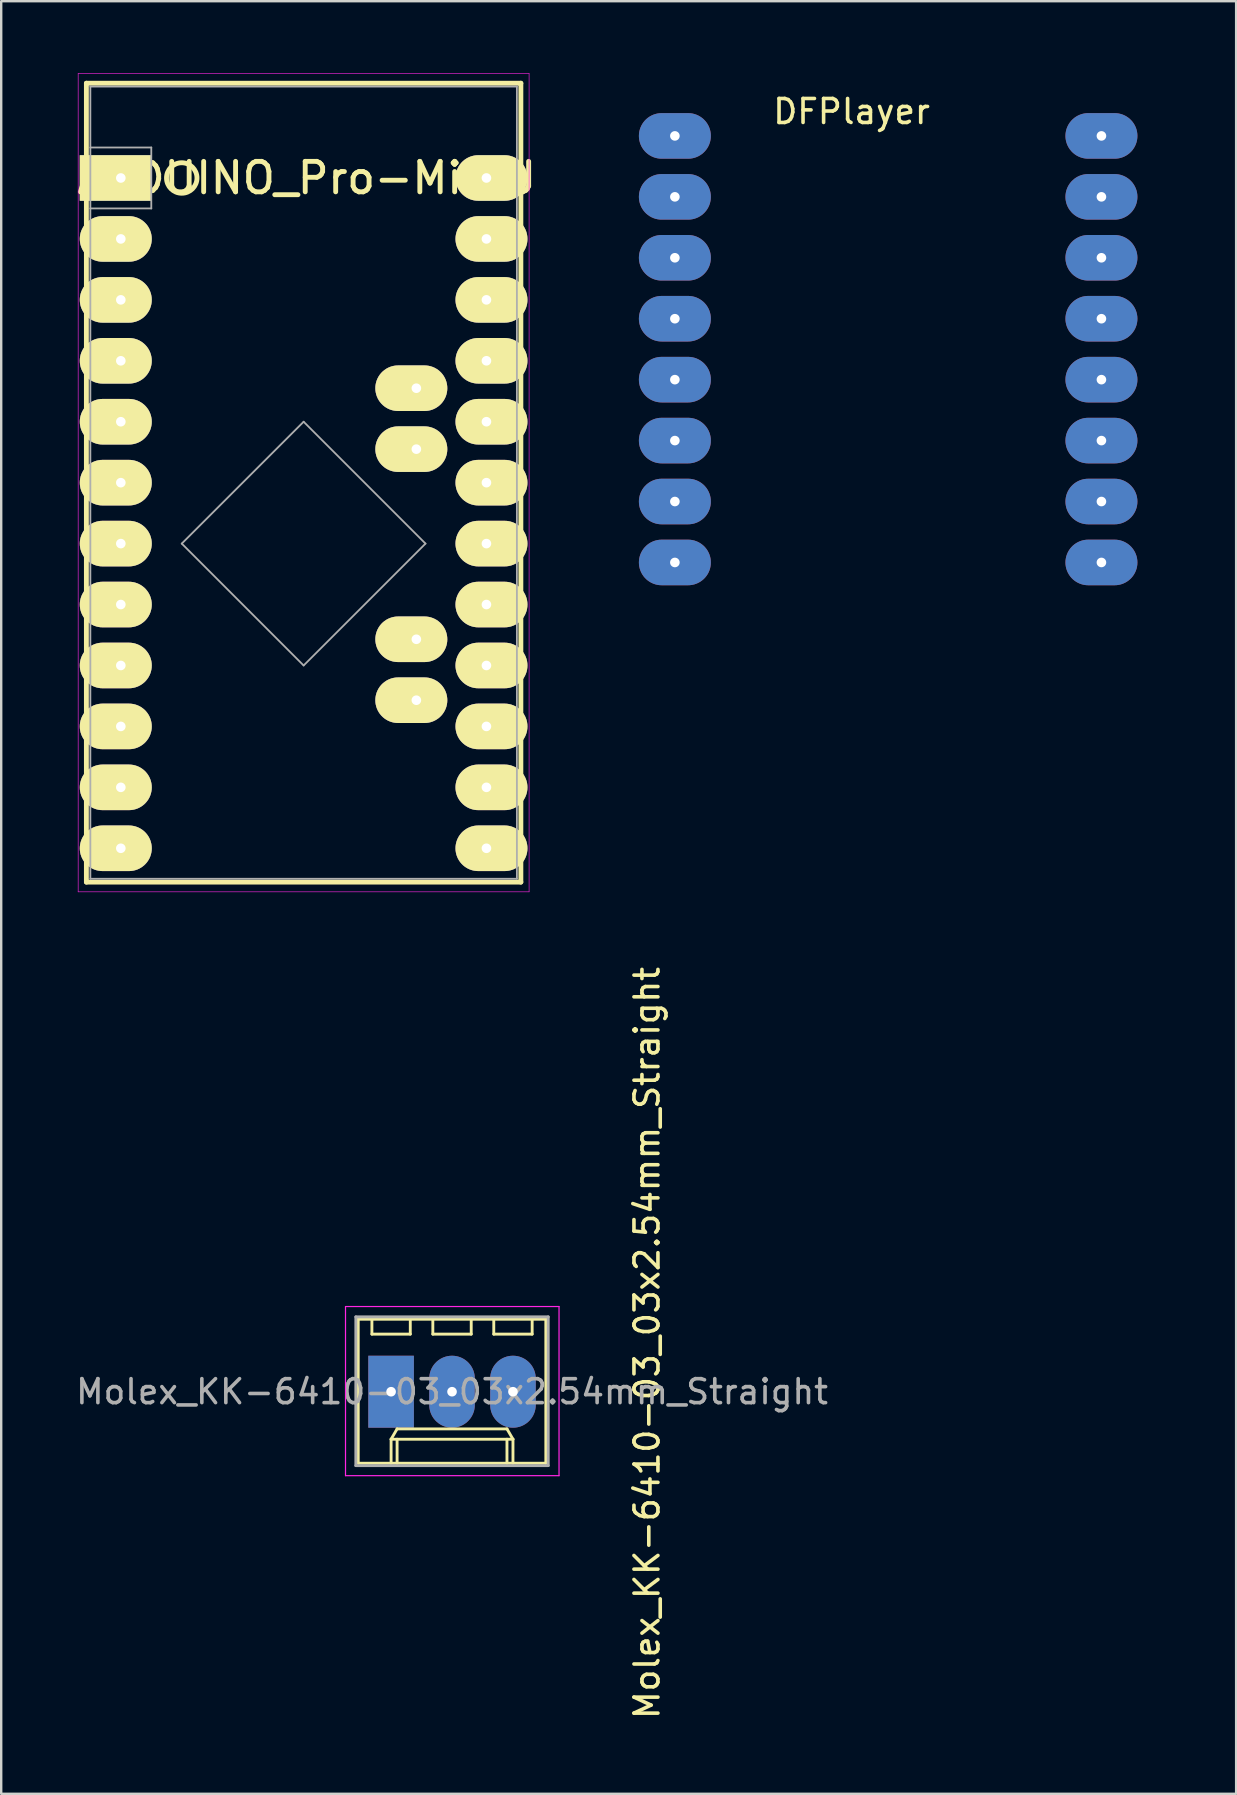
<source format=kicad_pcb>
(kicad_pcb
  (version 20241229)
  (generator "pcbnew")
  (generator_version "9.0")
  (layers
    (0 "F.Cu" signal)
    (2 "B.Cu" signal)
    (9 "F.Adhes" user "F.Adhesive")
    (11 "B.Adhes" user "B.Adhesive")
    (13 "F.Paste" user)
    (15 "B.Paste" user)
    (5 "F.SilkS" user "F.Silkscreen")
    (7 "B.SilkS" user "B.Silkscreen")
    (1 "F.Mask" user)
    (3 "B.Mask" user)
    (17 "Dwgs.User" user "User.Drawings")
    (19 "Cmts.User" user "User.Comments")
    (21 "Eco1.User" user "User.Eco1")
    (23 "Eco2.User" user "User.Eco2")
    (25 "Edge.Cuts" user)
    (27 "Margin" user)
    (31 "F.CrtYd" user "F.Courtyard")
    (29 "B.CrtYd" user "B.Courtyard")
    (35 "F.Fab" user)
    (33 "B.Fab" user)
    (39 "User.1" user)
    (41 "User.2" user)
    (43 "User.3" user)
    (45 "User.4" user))
  (footprint "ARDUINO_Pro-MiniU"
    (layer "F.Cu")
    (at 9.606 17.069)
    (property "Reference" "ARDUINO_Pro-MiniU" (at 0.127 -12.7 180) (layer "F.SilkS") (effects (font (size 1.27 1.27) (thickness 0.203))))
    (attr through_hole)
    (fp_line (start -9.055 -16.65) (end 9.055 -16.65) (stroke (width 0.203) (type solid)) (layer "F.SilkS"))
    (fp_line (start -9.055 16.65) (end -9.055 -16.65) (stroke (width 0.203) (type solid)) (layer "F.SilkS"))
    (fp_line (start 9.055 -16.65) (end 9.055 16.65) (stroke (width 0.203) (type solid)) (layer "F.SilkS"))
    (fp_line (start 9.055 16.65) (end -9.055 16.65) (stroke (width 0.203) (type solid)) (layer "F.SilkS"))
    (fp_circle (center -5.08 -12.7) (end -4.445 -12.7) (stroke (width 0.203) (type solid)) (fill no) (layer "F.SilkS"))
    (fp_line (start -9.398 -17.056) (end 9.398 -17.056) (stroke (width 0.025) (type solid)) (layer "F.CrtYd"))
    (fp_line (start -9.398 17.056) (end -9.398 -17.056) (stroke (width 0.025) (type solid)) (layer "F.CrtYd"))
    (fp_line (start 9.398 -17.056) (end 9.398 17.056) (stroke (width 0.025) (type solid)) (layer "F.CrtYd"))
    (fp_line (start 9.398 17.056) (end -9.398 17.056) (stroke (width 0.025) (type solid)) (layer "F.CrtYd"))
    (fp_line (start -8.89 -16.51) (end 8.89 -16.51) (stroke (width 0.076) (type solid)) (layer "F.Fab"))
    (fp_line (start -8.89 -13.97) (end -6.35 -13.97) (stroke (width 0.076) (type solid)) (layer "F.Fab"))
    (fp_line (start -8.89 16.51) (end -8.89 -16.51) (stroke (width 0.076) (type solid)) (layer "F.Fab"))
    (fp_line (start -6.35 -13.97) (end -6.35 -11.43) (stroke (width 0.076) (type solid)) (layer "F.Fab"))
    (fp_line (start -6.35 -11.43) (end -8.89 -11.43) (stroke (width 0.076) (type solid)) (layer "F.Fab"))
    (fp_line (start -5.08 2.54) (end 0 7.62) (stroke (width 0.076) (type solid)) (layer "F.Fab"))
    (fp_line (start 0 -2.54) (end -5.08 2.54) (stroke (width 0.076) (type solid)) (layer "F.Fab"))
    (fp_line (start 0 7.62) (end 5.08 2.54) (stroke (width 0.076) (type solid)) (layer "F.Fab"))
    (fp_line (start 5.08 2.54) (end 0 -2.54) (stroke (width 0.076) (type solid)) (layer "F.Fab"))
    (fp_line (start 8.89 -16.51) (end 8.89 16.51) (stroke (width 0.076) (type solid)) (layer "F.Fab"))
    (fp_line (start 8.89 16.51) (end -8.89 16.51) (stroke (width 0.076) (type solid)) (layer "F.Fab"))
    (pad "1" thru_hole rect (at -7.62 -12.7 180) (size 3 1.9) (drill 0.4 (offset 0.21 0)) (layers "*.Cu" "*.Mask" "F.SilkS"))
    (pad "2" thru_hole oval (at -7.62 -10.16 180) (size 3 1.9) (drill 0.4 (offset 0.21 0)) (layers "*.Cu" "*.Mask" "F.SilkS"))
    (pad "3" thru_hole oval (at -7.62 -7.62 180) (size 3 1.9) (drill 0.4 (offset 0.21 0)) (layers "*.Cu" "*.Mask" "F.SilkS"))
    (pad "4" thru_hole oval (at -7.62 -5.08 180) (size 3 1.9) (drill 0.4 (offset 0.21 0)) (layers "*.Cu" "*.Mask" "F.SilkS"))
    (pad "5" thru_hole oval (at -7.62 -2.54 180) (size 3 1.9) (drill 0.4 (offset 0.21 0)) (layers "*.Cu" "*.Mask" "F.SilkS"))
    (pad "6" thru_hole oval (at -7.62 0 180) (size 3 1.9) (drill 0.4 (offset 0.21 0)) (layers "*.Cu" "*.Mask" "F.SilkS"))
    (pad "7" thru_hole oval (at -7.62 2.54 180) (size 3 1.9) (drill 0.4 (offset 0.21 0)) (layers "*.Cu" "*.Mask" "F.SilkS"))
    (pad "8" thru_hole oval (at -7.62 5.08 180) (size 3 1.9) (drill 0.4 (offset 0.21 0)) (layers "*.Cu" "*.Mask" "F.SilkS"))
    (pad "9" thru_hole oval (at -7.62 7.62 180) (size 3 1.9) (drill 0.4 (offset 0.21 0)) (layers "*.Cu" "*.Mask" "F.SilkS"))
    (pad "10" thru_hole oval (at -7.62 10.16 180) (size 3 1.9) (drill 0.4 (offset 0.21 0)) (layers "*.Cu" "*.Mask" "F.SilkS"))
    (pad "11" thru_hole oval (at -7.62 12.7 180) (size 3 1.9) (drill 0.4 (offset 0.21 0)) (layers "*.Cu" "*.Mask" "F.SilkS"))
    (pad "12" thru_hole oval (at -7.62 15.24 180) (size 3 1.9) (drill 0.4 (offset 0.21 0)) (layers "*.Cu" "*.Mask" "F.SilkS"))
    (pad "13" thru_hole oval (at 7.62 15.24) (size 3 1.9) (drill 0.4 (offset 0.21 0)) (layers "*.Cu" "*.Mask" "F.SilkS"))
    (pad "14" thru_hole oval (at 7.62 12.7) (size 3 1.9) (drill 0.4 (offset 0.21 0)) (layers "*.Cu" "*.Mask" "F.SilkS"))
    (pad "15" thru_hole oval (at 7.62 10.16) (size 3 1.9) (drill 0.4 (offset 0.21 0)) (layers "*.Cu" "*.Mask" "F.SilkS"))
    (pad "16" thru_hole oval (at 7.62 7.62) (size 3 1.9) (drill 0.4 (offset 0.21 0)) (layers "*.Cu" "*.Mask" "F.SilkS"))
    (pad "17" thru_hole oval (at 7.62 5.08) (size 3 1.9) (drill 0.4 (offset 0.21 0)) (layers "*.Cu" "*.Mask" "F.SilkS"))
    (pad "18" thru_hole oval (at 7.62 2.54) (size 3 1.9) (drill 0.4 (offset 0.21 0)) (layers "*.Cu" "*.Mask" "F.SilkS"))
    (pad "19" thru_hole oval (at 7.62 0) (size 3 1.9) (drill 0.4 (offset 0.21 0)) (layers "*.Cu" "*.Mask" "F.SilkS"))
    (pad "20" thru_hole oval (at 7.62 -2.54) (size 3 1.9) (drill 0.4 (offset 0.21 0)) (layers "*.Cu" "*.Mask" "F.SilkS"))
    (pad "21" thru_hole oval (at 7.62 -5.08) (size 3 1.9) (drill 0.4 (offset 0.21 0)) (layers "*.Cu" "*.Mask" "F.SilkS"))
    (pad "22" thru_hole oval (at 7.62 -7.62) (size 3 1.9) (drill 0.4 (offset 0.21 0)) (layers "*.Cu" "*.Mask" "F.SilkS"))
    (pad "23" thru_hole oval (at 7.62 -10.16) (size 3 1.9) (drill 0.4 (offset 0.21 0)) (layers "*.Cu" "*.Mask" "F.SilkS"))
    (pad "24" thru_hole oval (at 7.62 -12.7) (size 3 1.9) (drill 0.4 (offset 0.21 0)) (layers "*.Cu" "*.Mask" "F.SilkS"))
    (pad "A4" thru_hole oval (at 4.699 -1.397 180) (size 3 1.9) (drill 0.4 (offset 0.21 0)) (layers "*.Cu" "*.Mask" "F.SilkS"))
    (pad "A5" thru_hole oval (at 4.699 -3.937 180) (size 3 1.9) (drill 0.4 (offset 0.21 0)) (layers "*.Cu" "*.Mask" "F.SilkS"))
    (pad "A6" thru_hole oval (at 4.699 9.068 180) (size 3 1.9) (drill 0.4 (offset 0.21 0)) (layers "*.Cu" "*.Mask" "F.SilkS"))
    (pad "A7" thru_hole oval (at 4.699 6.528 180) (size 3 1.9) (drill 0.4 (offset 0.21 0)) (layers "*.Cu" "*.Mask" "F.SilkS")))
  (footprint "Molex_KK-6410-03_03x2.54mm_Straight"
    (layer "F.Cu")
    (at 13.252 54.961)
    (property "Reference" "Molex_KK-6410-03_03x2.54mm_Straight" (at 10.668 -2.032 90) (layer "F.SilkS") (effects (font (size 1 1) (thickness 0.15))))
    (attr through_hole)
    (fp_line (start -1.37 -3.02) (end -1.37 2.98) (stroke (width 0.12) (type solid)) (layer "F.SilkS"))
    (fp_line (start -1.37 2.98) (end 6.45 2.98) (stroke (width 0.12) (type solid)) (layer "F.SilkS"))
    (fp_line (start -0.8 -3.02) (end -0.8 -2.4) (stroke (width 0.12) (type solid)) (layer "F.SilkS"))
    (fp_line (start -0.8 -2.4) (end 0.8 -2.4) (stroke (width 0.12) (type solid)) (layer "F.SilkS"))
    (fp_line (start 0 1.98) (end 0.25 1.55) (stroke (width 0.12) (type solid)) (layer "F.SilkS"))
    (fp_line (start 0 1.98) (end 5.08 1.98) (stroke (width 0.12) (type solid)) (layer "F.SilkS"))
    (fp_line (start 0 2.98) (end 0 1.98) (stroke (width 0.12) (type solid)) (layer "F.SilkS"))
    (fp_line (start 0.25 1.55) (end 4.83 1.55) (stroke (width 0.12) (type solid)) (layer "F.SilkS"))
    (fp_line (start 0.25 2.98) (end 0.25 1.98) (stroke (width 0.12) (type solid)) (layer "F.SilkS"))
    (fp_line (start 0.8 -2.4) (end 0.8 -3.02) (stroke (width 0.12) (type solid)) (layer "F.SilkS"))
    (fp_line (start 1.74 -3.02) (end 1.74 -2.4) (stroke (width 0.12) (type solid)) (layer "F.SilkS"))
    (fp_line (start 1.74 -2.4) (end 3.34 -2.4) (stroke (width 0.12) (type solid)) (layer "F.SilkS"))
    (fp_line (start 3.34 -2.4) (end 3.34 -3.02) (stroke (width 0.12) (type solid)) (layer "F.SilkS"))
    (fp_line (start 4.28 -3.02) (end 4.28 -2.4) (stroke (width 0.12) (type solid)) (layer "F.SilkS"))
    (fp_line (start 4.28 -2.4) (end 5.88 -2.4) (stroke (width 0.12) (type solid)) (layer "F.SilkS"))
    (fp_line (start 4.83 1.55) (end 5.08 1.98) (stroke (width 0.12) (type solid)) (layer "F.SilkS"))
    (fp_line (start 4.83 2.98) (end 4.83 1.98) (stroke (width 0.12) (type solid)) (layer "F.SilkS"))
    (fp_line (start 5.08 1.98) (end 5.08 2.98) (stroke (width 0.12) (type solid)) (layer "F.SilkS"))
    (fp_line (start 5.88 -2.4) (end 5.88 -3.02) (stroke (width 0.12) (type solid)) (layer "F.SilkS"))
    (fp_line (start 6.45 -3.02) (end -1.37 -3.02) (stroke (width 0.12) (type solid)) (layer "F.SilkS"))
    (fp_line (start 6.45 2.98) (end 6.45 -3.02) (stroke (width 0.12) (type solid)) (layer "F.SilkS"))
    (fp_line (start -1.9 -3.55) (end 7 -3.55) (stroke (width 0.05) (type solid)) (layer "F.CrtYd"))
    (fp_line (start -1.9 3.5) (end -1.9 -3.55) (stroke (width 0.05) (type solid)) (layer "F.CrtYd"))
    (fp_line (start 7 -3.55) (end 7 3.5) (stroke (width 0.05) (type solid)) (layer "F.CrtYd"))
    (fp_line (start 7 3.5) (end -1.9 3.5) (stroke (width 0.05) (type solid)) (layer "F.CrtYd"))
    (fp_line (start -1.47 -3.12) (end -1.47 3.08) (stroke (width 0.12) (type solid)) (layer "F.Fab"))
    (fp_line (start -1.47 3.08) (end 6.55 3.08) (stroke (width 0.12) (type solid)) (layer "F.Fab"))
    (fp_line (start 6.55 -3.12) (end -1.47 -3.12) (stroke (width 0.12) (type solid)) (layer "F.Fab"))
    (fp_line (start 6.55 3.08) (end 6.55 -3.12) (stroke (width 0.12) (type solid)) (layer "F.Fab"))
    (fp_text user "${REFERENCE}" (at 2.54 0 0) (layer "F.Fab") (effects (font (size 1 1) (thickness 0.15))))
    (pad "1" thru_hole rect (at 0 0) (size 1.9 3) (drill 0.4) (layers "*.Cu" "*.Mask"))
    (pad "2" thru_hole oval (at 2.54 0) (size 1.9 3) (drill 0.4) (layers "*.Cu" "*.Mask"))
    (pad "3" thru_hole oval (at 5.08 0) (size 1.9 3) (drill 0.4) (layers "*.Cu" "*.Mask")))
  (footprint "DFPlayer"
    (layer "F.Cu")
    (at 32.701 2.615)
    (property "Reference" "DFPlayer" (at -0.254 -1.016 0) (layer "F.SilkS") (effects (font (size 1 1) (thickness 0.15))))
    (attr through_hole)
    (fp_line (start -10.16 -2.54) (end 12.7 -2.54) (stroke (width 0.15) (type solid)) (layer "B.Mask"))
    (fp_line (start -10.16 20.32) (end -10.16 -2.54) (stroke (width 0.15) (type solid)) (layer "B.Mask"))
    (fp_line (start 12.7 -2.54) (end 12.7 20.32) (stroke (width 0.15) (type solid)) (layer "B.Mask"))
    (fp_line (start 12.7 20.32) (end -10.16 20.32) (stroke (width 0.15) (type solid)) (layer "B.Mask"))
    (pad "1" thru_hole oval (at -7.62 0) (size 3 1.9) (drill 0.4) (layers "*.Cu" "*.Mask"))
    (pad "2" thru_hole oval (at -7.62 2.54) (size 3 1.9) (drill 0.4) (layers "*.Cu" "*.Mask"))
    (pad "3" thru_hole oval (at -7.62 5.08) (size 3 1.9) (drill 0.4) (layers "*.Cu" "*.Mask"))
    (pad "4" thru_hole oval (at -7.62 7.62) (size 3 1.9) (drill 0.4) (layers "*.Cu" "*.Mask"))
    (pad "5" thru_hole oval (at -7.62 10.16) (size 3 1.9) (drill 0.4) (layers "*.Cu" "*.Mask"))
    (pad "6" thru_hole oval (at -7.62 12.7) (size 3 1.9) (drill 0.4) (layers "*.Cu" "*.Mask"))
    (pad "7" thru_hole oval (at -7.62 15.24) (size 3 1.9) (drill 0.4) (layers "*.Cu" "*.Mask"))
    (pad "8" thru_hole oval (at -7.62 17.78) (size 3 1.9) (drill 0.4) (layers "*.Cu" "*.Mask"))
    (pad "9" thru_hole oval (at 10.16 17.78) (size 3 1.9) (drill 0.4) (layers "*.Cu" "*.Mask"))
    (pad "10" thru_hole oval (at 10.16 15.24) (size 3 1.9) (drill 0.4) (layers "*.Cu" "*.Mask"))
    (pad "11" thru_hole oval (at 10.16 12.7) (size 3 1.9) (drill 0.4) (layers "*.Cu" "*.Mask"))
    (pad "12" thru_hole oval (at 10.16 10.16) (size 3 1.9) (drill 0.4) (layers "*.Cu" "*.Mask"))
    (pad "13" thru_hole oval (at 10.16 7.62) (size 3 1.9) (drill 0.4) (layers "*.Cu" "*.Mask"))
    (pad "14" thru_hole oval (at 10.16 5.08) (size 3 1.9) (drill 0.4) (layers "*.Cu" "*.Mask"))
    (pad "15" thru_hole oval (at 10.16 2.54) (size 3 1.9) (drill 0.4) (layers "*.Cu" "*.Mask"))
    (pad "16" thru_hole oval (at 10.16 0) (size 3 1.9) (drill 0.4) (layers "*.Cu" "*.Mask")))
  (gr_rect
    (start -3 -3)
    (end 48.476 71.721)
    (stroke (width 0.1) (type default))
    (fill no)
    (layer "Edge.Cuts")))
</source>
